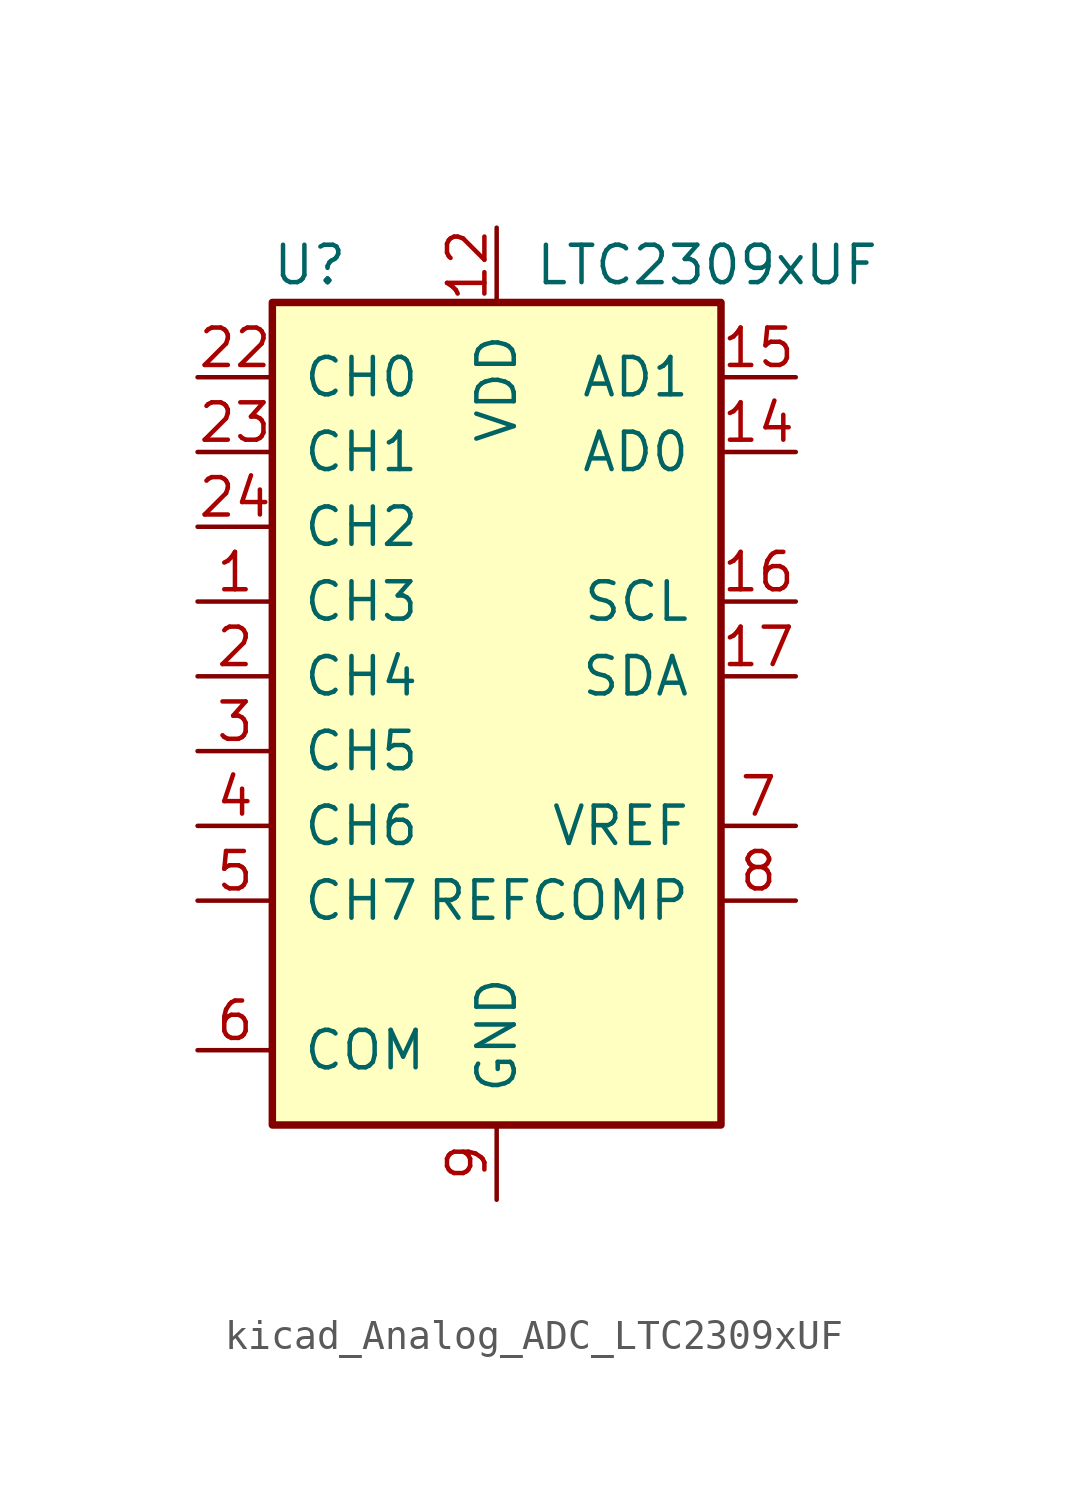
<source format=kicad_sym>
(kicad_symbol_lib
  (version 20220914)
  (generator kicad_symbol_editor)
  (symbol "kicad_Analog_ADC_LTC2309xUF"
    (pin_names
      (offset 1.016))
    (property "Reference" "U"
      (at -6.35 13.97 0)
      (effects (font (size 1.27 1.27))))
    (property "Value" "LTC2309xUF"
      (at 1.27 13.97 0)
      (effects (font (size 1.27 1.27)) (justify left)))
    (symbol "kicad_Analog_ADC_LTC2309xUF_0_1"
      (rectangle (start -7.62 12.7) (end 7.62 -15.24) (stroke (width 0.254) (type default)) (fill (type background)))
      (pin input line (at -10.16 -2.54 0) (length 2.54) (name "CH5" (effects (font (size 1.27 1.27)))) (number "3" (effects (font (size 1.27 1.27))))))
    (symbol "kicad_Analog_ADC_LTC2309xUF_1_1"
      (pin input line (at -10.16 2.54 0) (length 2.54) (name "CH3" (effects (font (size 1.27 1.27)))) (number "1" (effects (font (size 1.27 1.27)))))
      (pin passive line (at 0 -17.78 90) (length 2.54) hide (name "GND" (effects (font (size 1.27 1.27)))) (number "10" (effects (font (size 1.27 1.27)))))
      (pin passive line (at 0 -17.78 90) (length 2.54) hide (name "GND" (effects (font (size 1.27 1.27)))) (number "11" (effects (font (size 1.27 1.27)))))
      (pin power_in line (at 0 15.24 270) (length 2.54) (name "VDD" (effects (font (size 1.27 1.27)))) (number "12" (effects (font (size 1.27 1.27)))))
      (pin passive line (at 0 15.24 270) (length 2.54) hide (name "VDD" (effects (font (size 1.27 1.27)))) (number "13" (effects (font (size 1.27 1.27)))))
      (pin input line (at 10.16 7.62 180) (length 2.54) (name "AD0" (effects (font (size 1.27 1.27)))) (number "14" (effects (font (size 1.27 1.27)))))
      (pin input line (at 10.16 10.16 180) (length 2.54) (name "AD1" (effects (font (size 1.27 1.27)))) (number "15" (effects (font (size 1.27 1.27)))))
      (pin input line (at 10.16 2.54 180) (length 2.54) (name "SCL" (effects (font (size 1.27 1.27)))) (number "16" (effects (font (size 1.27 1.27)))))
      (pin bidirectional line (at 10.16 0 180) (length 2.54) (name "SDA" (effects (font (size 1.27 1.27)))) (number "17" (effects (font (size 1.27 1.27)))))
      (pin passive line (at 0 -17.78 90) (length 2.54) hide (name "GND" (effects (font (size 1.27 1.27)))) (number "18" (effects (font (size 1.27 1.27)))))
      (pin passive line (at 0 -17.78 90) (length 2.54) hide (name "GND" (effects (font (size 1.27 1.27)))) (number "19" (effects (font (size 1.27 1.27)))))
      (pin input line (at -10.16 0 0) (length 2.54) (name "CH4" (effects (font (size 1.27 1.27)))) (number "2" (effects (font (size 1.27 1.27)))))
      (pin passive line (at 0 -17.78 90) (length 2.54) hide (name "GND" (effects (font (size 1.27 1.27)))) (number "20" (effects (font (size 1.27 1.27)))))
      (pin passive line (at 0 15.24 270) (length 2.54) hide (name "VDD" (effects (font (size 1.27 1.27)))) (number "21" (effects (font (size 1.27 1.27)))))
      (pin input line (at -10.16 10.16 0) (length 2.54) (name "CH0" (effects (font (size 1.27 1.27)))) (number "22" (effects (font (size 1.27 1.27)))))
      (pin input line (at -10.16 7.62 0) (length 2.54) (name "CH1" (effects (font (size 1.27 1.27)))) (number "23" (effects (font (size 1.27 1.27)))))
      (pin input line (at -10.16 5.08 0) (length 2.54) (name "CH2" (effects (font (size 1.27 1.27)))) (number "24" (effects (font (size 1.27 1.27)))))
      (pin passive line (at 0 -17.78 90) (length 2.54) hide (name "GND" (effects (font (size 1.27 1.27)))) (number "25" (effects (font (size 1.27 1.27)))))
      (pin input line (at -10.16 -5.08 0) (length 2.54) (name "CH6" (effects (font (size 1.27 1.27)))) (number "4" (effects (font (size 1.27 1.27)))))
      (pin input line (at -10.16 -7.62 0) (length 2.54) (name "CH7" (effects (font (size 1.27 1.27)))) (number "5" (effects (font (size 1.27 1.27)))))
      (pin input line (at -10.16 -12.7 0) (length 2.54) (name "COM" (effects (font (size 1.27 1.27)))) (number "6" (effects (font (size 1.27 1.27)))))
      (pin input line (at 10.16 -5.08 180) (length 2.54) (name "VREF" (effects (font (size 1.27 1.27)))) (number "7" (effects (font (size 1.27 1.27)))))
      (pin input line (at 10.16 -7.62 180) (length 2.54) (name "REFCOMP" (effects (font (size 1.27 1.27)))) (number "8" (effects (font (size 1.27 1.27)))))
      (pin power_in line (at 0 -17.78 90) (length 2.54) (name "GND" (effects (font (size 1.27 1.27)))) (number "9" (effects (font (size 1.27 1.27))))))))
</source>
